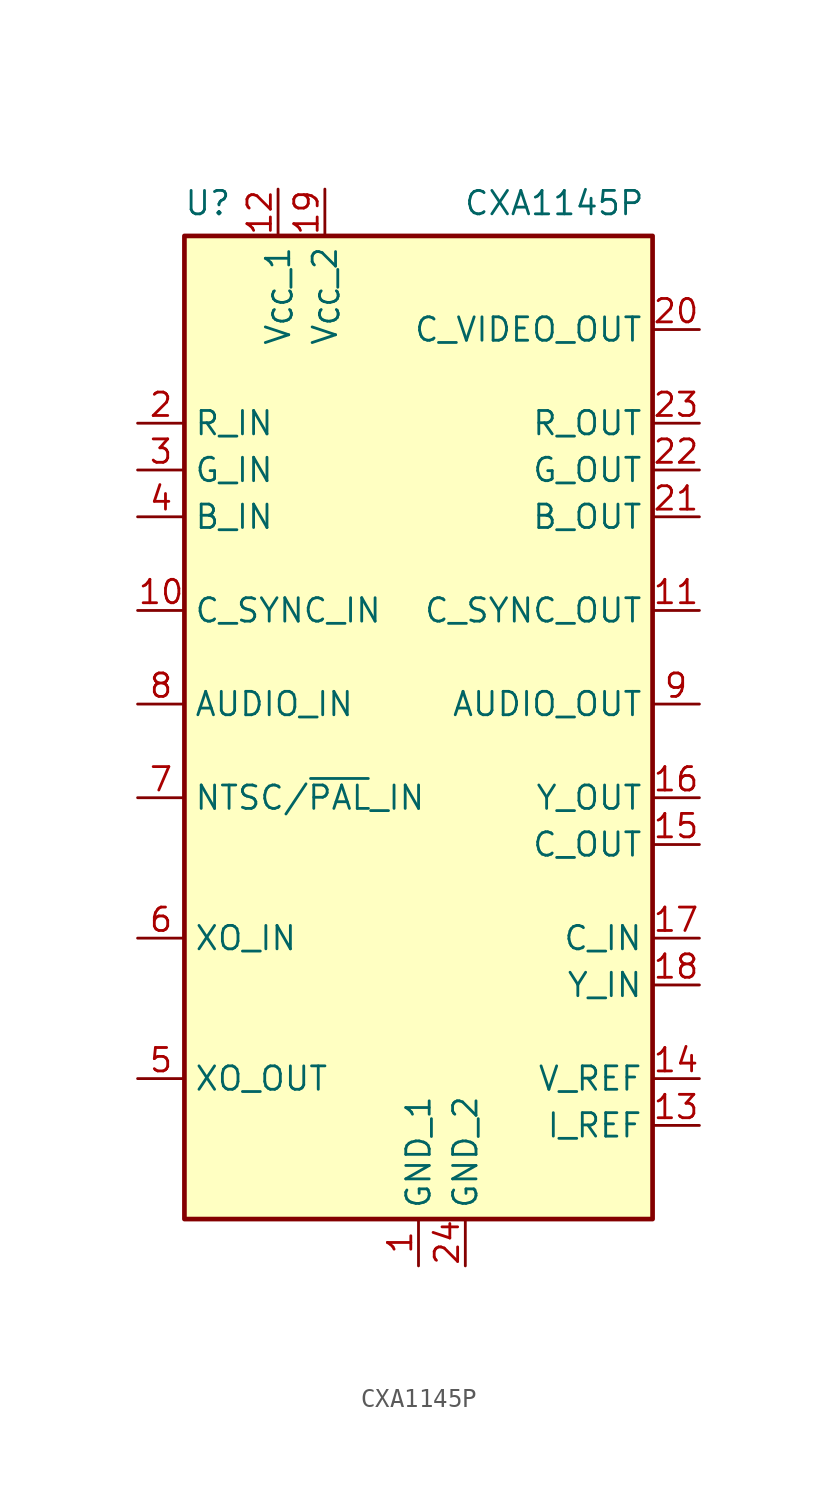
<source format=kicad_sym>
(kicad_symbol_lib
  (version 20241209)
  (generator "kicad_symbol_editor")
  (generator_version "9.0")
  (symbol "CXA1145P"
    (property "Reference" "U"
      (at -11.43 29.718 0)
      (effects (font (size 1.27 1.27))))
    (property "Value" "CXA1145P"
      (at 7.366 29.718 0)
      (effects (font (size 1.27 1.27))))
    (symbol "CXA1145P_0_1"
      (rectangle (start -12.7 27.94) (end 12.7 -25.4) (stroke (width 0.254) (type default)) (fill (type background))))
    (symbol "CXA1145P_1_1"
      (pin input line (at -15.24 17.78 0) (length 2.54) (name "R_IN" (effects (font (size 1.27 1.27)))) (number "2" (effects (font (size 1.27 1.27)))))
      (pin input line (at -15.24 15.24 0) (length 2.54) (name "G_IN" (effects (font (size 1.27 1.27)))) (number "3" (effects (font (size 1.27 1.27)))))
      (pin input line (at -15.24 12.7 0) (length 2.54) (name "B_IN" (effects (font (size 1.27 1.27)))) (number "4" (effects (font (size 1.27 1.27)))))
      (pin input line (at -15.24 7.62 0) (length 2.54) (name "C_SYNC_IN" (effects (font (size 1.27 1.27)))) (number "10" (effects (font (size 1.27 1.27)))))
      (pin input line (at -15.24 2.54 0) (length 2.54) (name "AUDIO_IN" (effects (font (size 1.27 1.27)))) (number "8" (effects (font (size 1.27 1.27)))))
      (pin input line (at -15.24 -2.54 0) (length 2.54) (name "NTSC/~{PAL}_IN" (effects (font (size 1.27 1.27)))) (number "7" (effects (font (size 1.27 1.27)))))
      (pin input line (at -15.24 -10.16 0) (length 2.54) (name "XO_IN" (effects (font (size 1.27 1.27)))) (number "6" (effects (font (size 1.27 1.27)))))
      (pin output line (at -15.24 -17.78 0) (length 2.54) (name "XO_OUT" (effects (font (size 1.27 1.27)))) (number "5" (effects (font (size 1.27 1.27)))))
      (pin power_in line (at -7.62 30.48 270) (length 2.54) (name "V_{CC}_1" (effects (font (size 1.27 1.27)))) (number "12" (effects (font (size 1.27 1.27)))))
      (pin power_in line (at -5.08 30.48 270) (length 2.54) (name "V_{CC}_2" (effects (font (size 1.27 1.27)))) (number "19" (effects (font (size 1.27 1.27)))))
      (pin power_in line (at 0 -27.94 90) (length 2.54) (name "GND_1" (effects (font (size 1.27 1.27)))) (number "1" (effects (font (size 1.27 1.27)))))
      (pin power_in line (at 2.54 -27.94 90) (length 2.54) (name "GND_2" (effects (font (size 1.27 1.27)))) (number "24" (effects (font (size 1.27 1.27)))))
      (pin output line (at 15.24 22.86 180) (length 2.54) (name "C_VIDEO_OUT" (effects (font (size 1.27 1.27)))) (number "20" (effects (font (size 1.27 1.27)))))
      (pin output line (at 15.24 17.78 180) (length 2.54) (name "R_OUT" (effects (font (size 1.27 1.27)))) (number "23" (effects (font (size 1.27 1.27)))))
      (pin output line (at 15.24 15.24 180) (length 2.54) (name "G_OUT" (effects (font (size 1.27 1.27)))) (number "22" (effects (font (size 1.27 1.27)))))
      (pin output line (at 15.24 12.7 180) (length 2.54) (name "B_OUT" (effects (font (size 1.27 1.27)))) (number "21" (effects (font (size 1.27 1.27)))))
      (pin output line (at 15.24 7.62 180) (length 2.54) (name "C_SYNC_OUT" (effects (font (size 1.27 1.27)))) (number "11" (effects (font (size 1.27 1.27)))))
      (pin output line (at 15.24 2.54 180) (length 2.54) (name "AUDIO_OUT" (effects (font (size 1.27 1.27)))) (number "9" (effects (font (size 1.27 1.27)))))
      (pin output line (at 15.24 -2.54 180) (length 2.54) (name "Y_OUT" (effects (font (size 1.27 1.27)))) (number "16" (effects (font (size 1.27 1.27)))))
      (pin output line (at 15.24 -5.08 180) (length 2.54) (name "C_OUT" (effects (font (size 1.27 1.27)))) (number "15" (effects (font (size 1.27 1.27)))))
      (pin input line (at 15.24 -10.16 180) (length 2.54) (name "C_IN" (effects (font (size 1.27 1.27)))) (number "17" (effects (font (size 1.27 1.27)))))
      (pin input line (at 15.24 -12.7 180) (length 2.54) (name "Y_IN" (effects (font (size 1.27 1.27)))) (number "18" (effects (font (size 1.27 1.27)))))
      (pin output line (at 15.24 -17.78 180) (length 2.54) (name "V_REF" (effects (font (size 1.27 1.27)))) (number "14" (effects (font (size 1.27 1.27)))))
      (pin input line (at 15.24 -20.32 180) (length 2.54) (name "I_REF" (effects (font (size 1.27 1.27)))) (number "13" (effects (font (size 1.27 1.27))))))))
</source>
